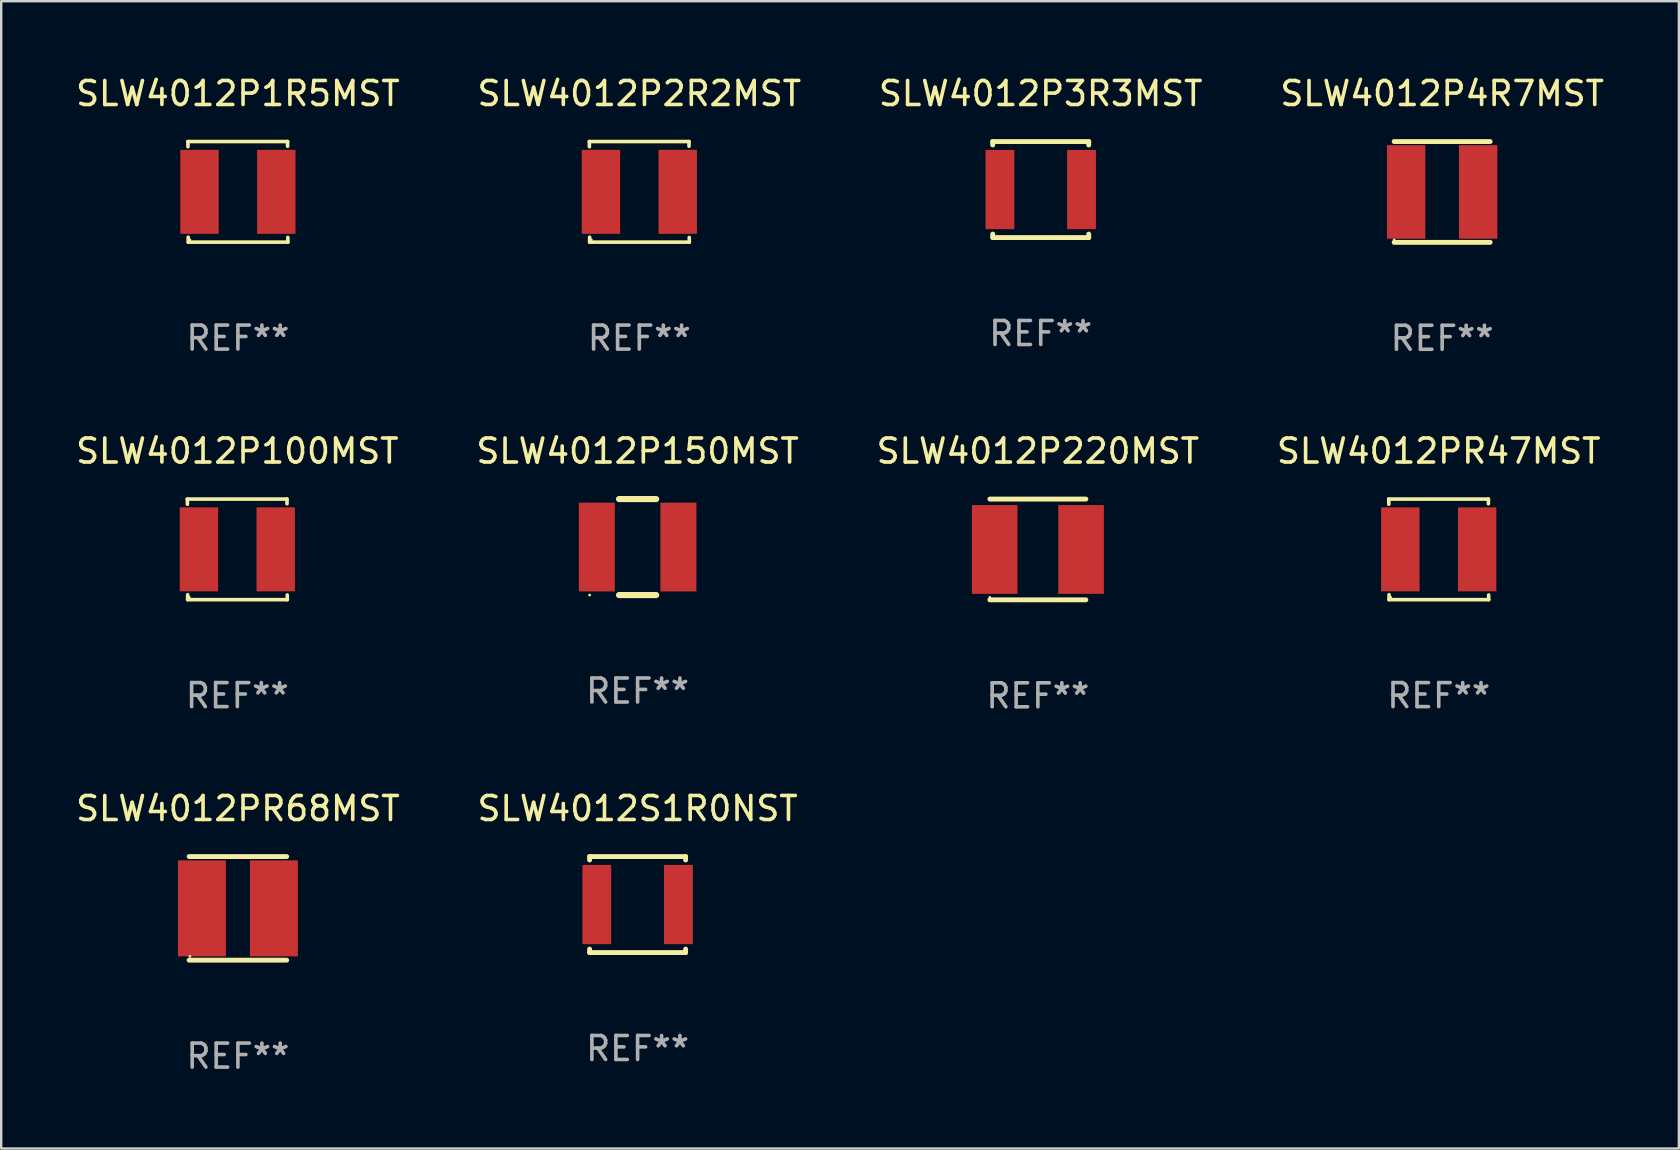
<source format=kicad_pcb>
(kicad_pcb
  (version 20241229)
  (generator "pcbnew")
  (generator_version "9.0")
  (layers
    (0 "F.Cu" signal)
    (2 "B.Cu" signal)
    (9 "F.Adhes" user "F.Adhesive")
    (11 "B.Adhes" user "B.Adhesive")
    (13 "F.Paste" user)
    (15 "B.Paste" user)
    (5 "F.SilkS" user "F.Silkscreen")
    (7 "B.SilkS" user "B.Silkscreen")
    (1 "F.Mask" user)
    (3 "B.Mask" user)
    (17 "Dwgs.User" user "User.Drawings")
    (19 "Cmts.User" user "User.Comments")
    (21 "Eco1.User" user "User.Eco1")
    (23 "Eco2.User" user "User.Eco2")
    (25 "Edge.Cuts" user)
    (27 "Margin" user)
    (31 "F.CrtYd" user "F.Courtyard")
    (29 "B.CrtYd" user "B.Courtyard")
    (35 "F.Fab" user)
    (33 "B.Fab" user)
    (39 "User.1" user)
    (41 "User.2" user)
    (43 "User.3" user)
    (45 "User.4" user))
  (footprint "SLW4012P4R7MST"
    (layer "F.Cu")
    (at 57.042 4.948)
    (property "Reference" "SLW4012P4R7MST" (at 0 -4.1 0) (layer "F.SilkS") (effects (font (size 1 1) (thickness 0.15))))
    (attr through_hole)
    (fp_line (start -2 -2.1) (end 2 -2.1) (stroke (width 0.203) (type solid)) (layer "F.SilkS"))
    (fp_line (start -2 2.1) (end 2 2.1) (stroke (width 0.203) (type solid)) (layer "F.SilkS"))
    (fp_circle (center -2 2.003) (end -1.97 2.003) (stroke (width 0.06) (type solid)) (fill no) (layer "F.SilkS"))
    (fp_text user "REF**" (at 0 6.1 0) (layer "F.Fab") (effects (font (size 1 1) (thickness 0.15))))
    (pad "1" smd rect (at -1.5 0) (size 1.6 3.9) (layers "F.Cu" "F.Mask" "F.Paste"))
    (pad "2" smd rect (at 1.5 0) (size 1.6 3.9) (layers "F.Cu" "F.Mask" "F.Paste")))
  (footprint "SLW4012P220MST"
    (layer "F.Cu")
    (at 40.196 19.845)
    (property "Reference" "SLW4012P220MST" (at 0 -4.1 0) (layer "F.SilkS") (effects (font (size 1 1) (thickness 0.15))))
    (attr through_hole)
    (fp_line (start -2 -2.1) (end 2 -2.1) (stroke (width 0.203) (type solid)) (layer "F.SilkS"))
    (fp_line (start -2 2.1) (end 2 2.1) (stroke (width 0.203) (type solid)) (layer "F.SilkS"))
    (fp_circle (center -2 2) (end -1.97 2) (stroke (width 0.06) (type solid)) (fill no) (layer "F.SilkS"))
    (fp_text user "REF**" (at 0 6.1 0) (layer "F.Fab") (effects (font (size 1 1) (thickness 0.15))))
    (pad "1" smd rect (at -1.8 0 90) (size 3.7 1.9) (layers "F.Cu" "F.Mask" "F.Paste"))
    (pad "2" smd rect (at 1.8 0 90) (size 3.7 1.9) (layers "F.Cu" "F.Mask" "F.Paste")))
  (footprint "SLW4012PR68MST"
    (layer "F.Cu")
    (at 6.863 34.8)
    (property "Reference" "SLW4012PR68MST" (at 0 -4.159 0) (layer "F.SilkS") (effects (font (size 1 1) (thickness 0.15))))
    (attr through_hole)
    (fp_line (start -2.032 -2.159) (end 2.032 -2.159) (stroke (width 0.203) (type solid)) (layer "F.SilkS"))
    (fp_line (start -2.032 2.159) (end 2.032 2.159) (stroke (width 0.203) (type solid)) (layer "F.SilkS"))
    (fp_circle (center -2 2) (end -1.97 2) (stroke (width 0.06) (type solid)) (fill no) (layer "F.SilkS"))
    (fp_text user "REF**" (at 0 6.159 0) (layer "F.Fab") (effects (font (size 1 1) (thickness 0.15))))
    (pad "1" smd rect (at -1.5 0) (size 2 4) (layers "F.Cu" "F.Mask" "F.Paste"))
    (pad "2" smd rect (at 1.5 0) (size 2 4) (layers "F.Cu" "F.Mask" "F.Paste")))
  (footprint "SLW4012P100MST"
    (layer "F.Cu")
    (at 6.839 19.841)
    (property "Reference" "SLW4012P100MST" (at 0 -4.096 0) (layer "F.SilkS") (effects (font (size 1 1) (thickness 0.15))))
    (attr through_hole)
    (fp_line (start -2.083 -2.096) (end -2.08 -1.88) (stroke (width 0.15) (type solid)) (layer "F.SilkS"))
    (fp_line (start -2.07 1.89) (end -2.07 2.096) (stroke (width 0.15) (type solid)) (layer "F.SilkS"))
    (fp_line (start -2.07 2.096) (end 2.083 2.096) (stroke (width 0.15) (type solid)) (layer "F.SilkS"))
    (fp_line (start 2.07 -1.9) (end 2.07 -2.096) (stroke (width 0.15) (type solid)) (layer "F.SilkS"))
    (fp_line (start 2.07 -2.096) (end -2.083 -2.096) (stroke (width 0.15) (type solid)) (layer "F.SilkS"))
    (fp_line (start 2.083 2.096) (end 2.08 1.9) (stroke (width 0.15) (type solid)) (layer "F.SilkS"))
    (fp_circle (center -2 2) (end -1.97 2) (stroke (width 0.06) (type solid)) (fill no) (layer "F.SilkS"))
    (fp_text user "REF**" (at 0 6.096 0) (layer "F.Fab") (effects (font (size 1 1) (thickness 0.15))))
    (pad "1" smd rect (at -1.6 -0.000343) (size 1.6 3.5) (layers "F.Cu" "F.Mask" "F.Paste"))
    (pad "2" smd rect (at 1.6 -0.000343) (size 1.6 3.5) (layers "F.Cu" "F.Mask" "F.Paste")))
  (footprint "SLW4012P150MST"
    (layer "F.Cu")
    (at 23.518 19.745)
    (property "Reference" "SLW4012P150MST" (at 0 -4 0) (layer "F.SilkS") (effects (font (size 1 1) (thickness 0.15))))
    (attr through_hole)
    (fp_line (start -0.775 2) (end 0.775 2) (stroke (width 0.254) (type solid)) (layer "F.SilkS"))
    (fp_line (start -0.775 -2) (end 0.775 -2) (stroke (width 0.254) (type solid)) (layer "F.SilkS"))
    (fp_circle (center -2 2) (end -1.97 2) (stroke (width 0.06) (type solid)) (fill no) (layer "F.SilkS"))
    (fp_text user "REF**" (at 0 6 0) (layer "F.Fab") (effects (font (size 1 1) (thickness 0.15))))
    (pad "1" smd rect (at -1.7 0 270) (size 3.7 1.5) (layers "F.Cu" "F.Mask" "F.Paste"))
    (pad "2" smd rect (at 1.7 0 270) (size 3.7 1.5) (layers "F.Cu" "F.Mask" "F.Paste")))
  (footprint "SLW4012PR47MST"
    (layer "F.Cu")
    (at 56.899 19.841)
    (property "Reference" "SLW4012PR47MST" (at 0 -4.096 0) (layer "F.SilkS") (effects (font (size 1 1) (thickness 0.15))))
    (attr through_hole)
    (fp_line (start -2.083 -2.096) (end -2.08 -1.88) (stroke (width 0.15) (type solid)) (layer "F.SilkS"))
    (fp_line (start -2.07 1.89) (end -2.07 2.096) (stroke (width 0.15) (type solid)) (layer "F.SilkS"))
    (fp_line (start -2.07 2.096) (end 2.083 2.096) (stroke (width 0.15) (type solid)) (layer "F.SilkS"))
    (fp_line (start 2.07 -1.9) (end 2.07 -2.096) (stroke (width 0.15) (type solid)) (layer "F.SilkS"))
    (fp_line (start 2.07 -2.096) (end -2.083 -2.096) (stroke (width 0.15) (type solid)) (layer "F.SilkS"))
    (fp_line (start 2.083 2.096) (end 2.08 1.9) (stroke (width 0.15) (type solid)) (layer "F.SilkS"))
    (fp_circle (center -2 2) (end -1.97 2) (stroke (width 0.06) (type solid)) (fill no) (layer "F.SilkS"))
    (fp_text user "REF**" (at 0 6.096 0) (layer "F.Fab") (effects (font (size 1 1) (thickness 0.15))))
    (pad "1" smd rect (at -1.6 -0.000343) (size 1.6 3.5) (layers "F.Cu" "F.Mask" "F.Paste"))
    (pad "2" smd rect (at 1.6 -0.000343) (size 1.6 3.5) (layers "F.Cu" "F.Mask" "F.Paste")))
  (footprint "SLW4012P3R3MST"
    (layer "F.Cu")
    (at 40.315 4.848)
    (property "Reference" "SLW4012P3R3MST" (at 0 -4 0) (layer "F.SilkS") (effects (font (size 1 1) (thickness 0.15))))
    (attr through_hole)
    (fp_line (start -2 -2) (end 2 -2) (stroke (width 0.203) (type solid)) (layer "F.SilkS"))
    (fp_line (start -2 -1.856) (end -2 -2) (stroke (width 0.203) (type solid)) (layer "F.SilkS"))
    (fp_line (start -2 2) (end -2 1.856) (stroke (width 0.203) (type solid)) (layer "F.SilkS"))
    (fp_line (start -2 2) (end 2 2) (stroke (width 0.203) (type solid)) (layer "F.SilkS"))
    (fp_line (start 2 -2) (end 2 -1.856) (stroke (width 0.203) (type solid)) (layer "F.SilkS"))
    (fp_line (start 2 1.856) (end 2 2) (stroke (width 0.203) (type solid)) (layer "F.SilkS"))
    (fp_circle (center -2 2) (end -1.97 2) (stroke (width 0.06) (type solid)) (fill no) (layer "F.SilkS"))
    (fp_text user "REF**" (at 0 6 0) (layer "F.Fab") (effects (font (size 1 1) (thickness 0.15))))
    (pad "1" smd rect (at -1.7 0 90) (size 3.3 1.2) (layers "F.Cu" "F.Mask" "F.Paste"))
    (pad "2" smd rect (at 1.7 0 90) (size 3.3 1.2) (layers "F.Cu" "F.Mask" "F.Paste")))
  (footprint "SLW4012P2R2MST"
    (layer "F.Cu")
    (at 23.589 4.944)
    (property "Reference" "SLW4012P2R2MST" (at 0 -4.096 0) (layer "F.SilkS") (effects (font (size 1 1) (thickness 0.15))))
    (attr through_hole)
    (fp_line (start -2.083 -2.096) (end -2.08 -1.88) (stroke (width 0.15) (type solid)) (layer "F.SilkS"))
    (fp_line (start -2.07 1.89) (end -2.07 2.096) (stroke (width 0.15) (type solid)) (layer "F.SilkS"))
    (fp_line (start -2.07 2.096) (end 2.083 2.096) (stroke (width 0.15) (type solid)) (layer "F.SilkS"))
    (fp_line (start 2.07 -1.9) (end 2.07 -2.096) (stroke (width 0.15) (type solid)) (layer "F.SilkS"))
    (fp_line (start 2.07 -2.096) (end -2.083 -2.096) (stroke (width 0.15) (type solid)) (layer "F.SilkS"))
    (fp_line (start 2.083 2.096) (end 2.08 1.9) (stroke (width 0.15) (type solid)) (layer "F.SilkS"))
    (fp_circle (center -2 2) (end -1.97 2) (stroke (width 0.06) (type solid)) (fill no) (layer "F.SilkS"))
    (fp_text user "REF**" (at 0 6.096 0) (layer "F.Fab") (effects (font (size 1 1) (thickness 0.15))))
    (pad "1" smd rect (at -1.6 -0.000343) (size 1.6 3.5) (layers "F.Cu" "F.Mask" "F.Paste"))
    (pad "2" smd rect (at 1.6 -0.000343) (size 1.6 3.5) (layers "F.Cu" "F.Mask" "F.Paste")))
  (footprint "SLW4012P1R5MST"
    (layer "F.Cu")
    (at 6.863 4.944)
    (property "Reference" "SLW4012P1R5MST" (at 0 -4.096 0) (layer "F.SilkS") (effects (font (size 1 1) (thickness 0.15))))
    (attr through_hole)
    (fp_line (start -2.083 -2.096) (end -2.08 -1.88) (stroke (width 0.15) (type solid)) (layer "F.SilkS"))
    (fp_line (start -2.07 1.89) (end -2.07 2.096) (stroke (width 0.15) (type solid)) (layer "F.SilkS"))
    (fp_line (start -2.07 2.096) (end 2.083 2.096) (stroke (width 0.15) (type solid)) (layer "F.SilkS"))
    (fp_line (start 2.07 -1.9) (end 2.07 -2.096) (stroke (width 0.15) (type solid)) (layer "F.SilkS"))
    (fp_line (start 2.07 -2.096) (end -2.083 -2.096) (stroke (width 0.15) (type solid)) (layer "F.SilkS"))
    (fp_line (start 2.083 2.096) (end 2.08 1.9) (stroke (width 0.15) (type solid)) (layer "F.SilkS"))
    (fp_circle (center -2 2) (end -1.97 2) (stroke (width 0.06) (type solid)) (fill no) (layer "F.SilkS"))
    (fp_text user "REF**" (at 0 6.096 0) (layer "F.Fab") (effects (font (size 1 1) (thickness 0.15))))
    (pad "1" smd rect (at -1.6 -0.000343) (size 1.6 3.5) (layers "F.Cu" "F.Mask" "F.Paste"))
    (pad "2" smd rect (at 1.6 -0.000343) (size 1.6 3.5) (layers "F.Cu" "F.Mask" "F.Paste")))
  (footprint "SLW4012S1R0NST"
    (layer "F.Cu")
    (at 23.518 34.641)
    (property "Reference" "SLW4012S1R0NST" (at 0 -4 0) (layer "F.SilkS") (effects (font (size 1 1) (thickness 0.15))))
    (attr through_hole)
    (fp_line (start -2 -2) (end 2 -2) (stroke (width 0.203) (type solid)) (layer "F.SilkS"))
    (fp_line (start -2 -1.856) (end -2 -2) (stroke (width 0.203) (type solid)) (layer "F.SilkS"))
    (fp_line (start -2 2) (end -2 1.856) (stroke (width 0.203) (type solid)) (layer "F.SilkS"))
    (fp_line (start -2 2) (end 2 2) (stroke (width 0.203) (type solid)) (layer "F.SilkS"))
    (fp_line (start 2 -2) (end 2 -1.856) (stroke (width 0.203) (type solid)) (layer "F.SilkS"))
    (fp_line (start 2 1.856) (end 2 2) (stroke (width 0.203) (type solid)) (layer "F.SilkS"))
    (fp_circle (center -2 2) (end -1.97 2) (stroke (width 0.06) (type solid)) (fill no) (layer "F.SilkS"))
    (fp_text user "REF**" (at 0 6 0) (layer "F.Fab") (effects (font (size 1 1) (thickness 0.15))))
    (pad "1" smd rect (at -1.7 0 90) (size 3.3 1.2) (layers "F.Cu" "F.Mask" "F.Paste"))
    (pad "2" smd rect (at 1.7 0 90) (size 3.3 1.2) (layers "F.Cu" "F.Mask" "F.Paste")))
  (gr_rect
    (start -3 -3)
    (end 66.905 44.808)
    (stroke (width 0.1) (type default))
    (fill no)
    (layer "Edge.Cuts")))
</source>
